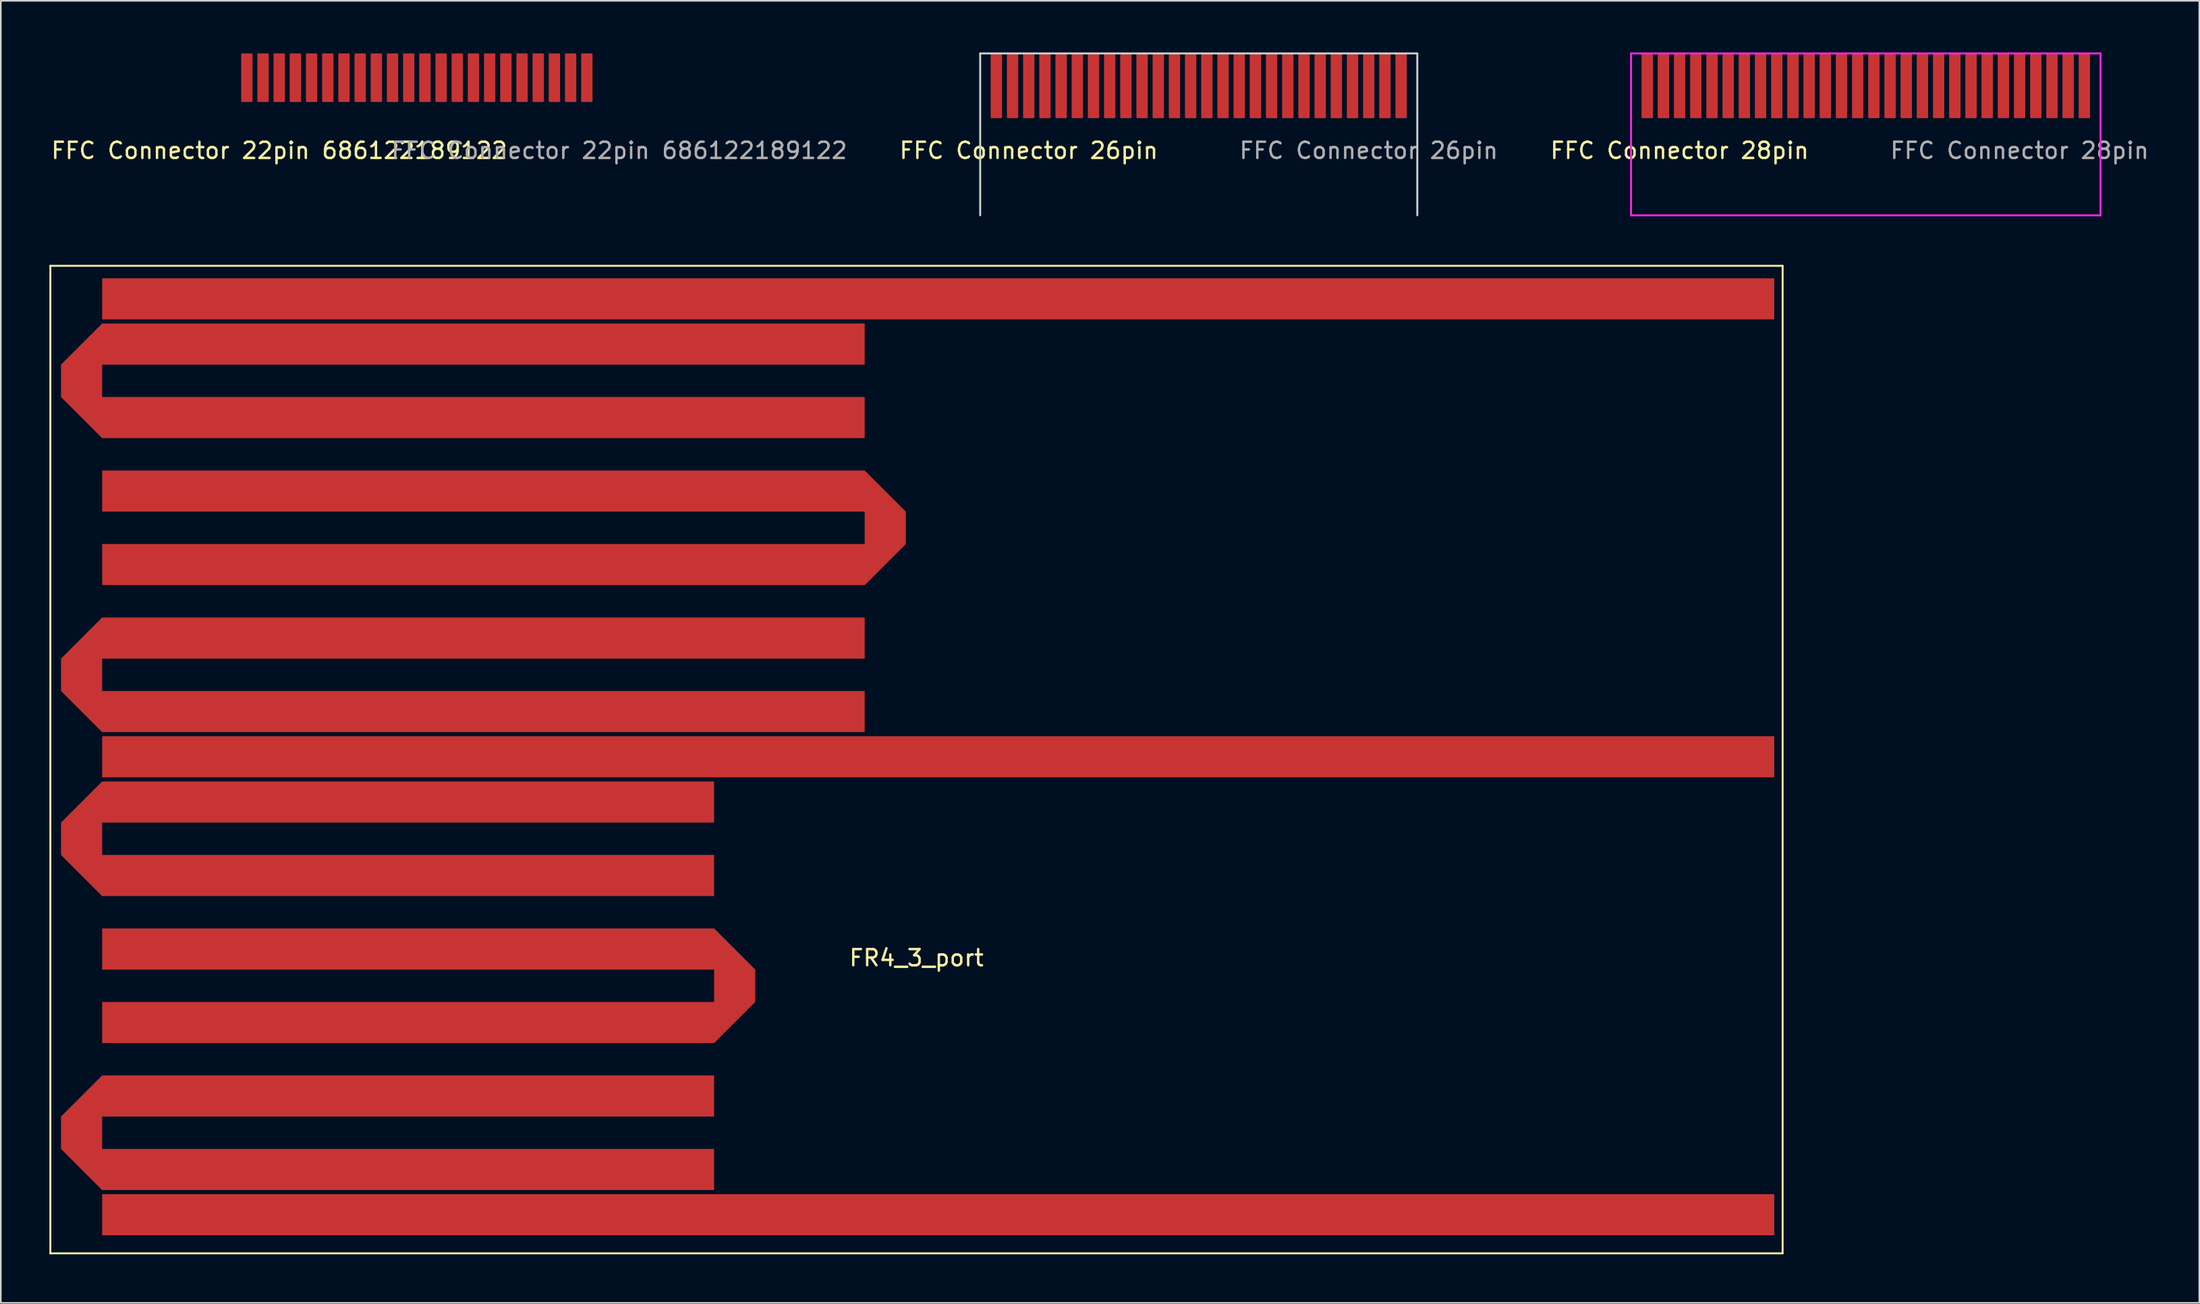
<source format=kicad_pcb>
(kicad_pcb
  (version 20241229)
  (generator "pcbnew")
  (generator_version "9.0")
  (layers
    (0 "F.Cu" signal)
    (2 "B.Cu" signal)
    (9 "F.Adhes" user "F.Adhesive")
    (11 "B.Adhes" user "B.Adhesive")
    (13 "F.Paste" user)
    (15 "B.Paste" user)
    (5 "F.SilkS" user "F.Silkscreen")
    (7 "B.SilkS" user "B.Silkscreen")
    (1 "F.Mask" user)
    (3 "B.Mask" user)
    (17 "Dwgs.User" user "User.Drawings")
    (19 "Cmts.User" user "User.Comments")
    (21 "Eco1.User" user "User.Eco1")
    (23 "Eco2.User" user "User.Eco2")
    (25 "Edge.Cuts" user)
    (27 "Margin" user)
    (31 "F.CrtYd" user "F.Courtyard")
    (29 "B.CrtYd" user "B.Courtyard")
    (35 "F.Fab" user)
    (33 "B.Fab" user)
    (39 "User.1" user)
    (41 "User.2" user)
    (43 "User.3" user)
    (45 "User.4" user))
  (footprint "FR4_3_port"
    (layer "F.Cu")
    (at 53.56 55.62)
    (property "Reference" "FR4_3_port" (at 0 0.5 0) (layer "F.SilkS") (effects (font (size 1 1) (thickness 0.15))))
    (attr through_hole)
    (fp_poly (pts (xy -50.301 15.096) (xy -50.301 17.636) (xy 52.982 17.636) (xy 52.982 15.096)) (stroke (width 0) (type solid)) (fill yes) (layer "F.Cu"))
    (fp_poly (pts (xy -50.301 -41.48) (xy -50.301 -38.94) (xy 52.982 -38.94) (xy 52.982 -41.48)) (stroke (width 0) (type solid)) (fill yes) (layer "F.Cu"))
    (fp_poly (pts (xy -50.301 -13.192) (xy -50.301 -10.652) (xy 52.982 -10.652) (xy 52.982 -13.192)) (stroke (width 0) (type solid)) (fill yes) (layer "F.Cu"))
    (fp_poly (pts (xy -50.301 -5.858) (xy -50.301 -7.858) (xy -12.501 -7.858) (xy -12.501 -10.398) (xy -50.301 -10.398) (xy -52.841 -7.858) (xy -52.841 -5.858) (xy -50.301 -3.318) (xy -12.501 -3.318) (xy -12.501 -5.858)) (stroke (width 0) (type solid)) (fill yes) (layer "F.Cu"))
    (fp_poly (pts (xy -50.301 12.302) (xy -50.301 10.302) (xy -12.501 10.302) (xy -12.501 7.762) (xy -50.301 7.762) (xy -52.841 10.302) (xy -52.841 12.302) (xy -50.301 14.842) (xy -12.501 14.842) (xy -12.501 12.302)) (stroke (width 0) (type solid)) (fill yes) (layer "F.Cu"))
    (fp_poly (pts (xy -50.301 -34.146) (xy -50.301 -36.146) (xy -3.201 -36.146) (xy -3.201 -38.686) (xy -50.301 -38.686) (xy -52.841 -36.146) (xy -52.841 -34.146) (xy -50.301 -31.606) (xy -3.201 -31.606) (xy -3.201 -34.146)) (stroke (width 0) (type solid)) (fill yes) (layer "F.Cu"))
    (fp_poly (pts (xy -50.301 -15.986) (xy -50.301 -17.986) (xy -3.201 -17.986) (xy -3.201 -20.526) (xy -50.301 -20.526) (xy -52.841 -17.986) (xy -52.841 -15.986) (xy -50.301 -13.446) (xy -3.201 -13.446) (xy -3.201 -15.986)) (stroke (width 0) (type solid)) (fill yes) (layer "F.Cu"))
    (fp_poly (pts (xy -12.501 -1.318) (xy -50.301 -1.318) (xy -50.301 1.222) (xy -12.501 1.222) (xy -12.501 3.222) (xy -50.301 3.222) (xy -50.301 5.762) (xy -12.501 5.762) (xy -9.961 3.222) (xy -9.961 1.222)) (stroke (width 0) (type solid)) (fill yes) (layer "F.Cu"))
    (fp_poly (pts (xy -3.201 -29.606) (xy -50.301 -29.606) (xy -50.301 -27.066) (xy -3.201 -27.066) (xy -3.201 -25.066) (xy -50.301 -25.066) (xy -50.301 -22.526) (xy -3.201 -22.526) (xy -0.661 -25.066) (xy -0.661 -27.066)) (stroke (width 0) (type solid)) (fill yes) (layer "F.Cu"))
    (fp_line (start -53.5 -42.25) (end 53.5 -42.25) (stroke (width 0.12) (type solid)) (layer "F.SilkS"))
    (fp_line (start -53.5 18.75) (end -53.5 -42.25) (stroke (width 0.12) (type solid)) (layer "F.SilkS"))
    (fp_line (start 53.5 -42.25) (end 53.5 18.75) (stroke (width 0.12) (type solid)) (layer "F.SilkS"))
    (fp_line (start 53.5 18.75) (end -53.5 18.75) (stroke (width 0.12) (type solid)) (layer "F.SilkS"))
    (pad "1" smd rect (at 51.75 -12 90) (size 1.524 1.524) (layers "F.Cu" "F.Mask" "F.Paste"))
    (pad "2" smd rect (at 51.75 -40.25 90) (size 1.524 1.524) (layers "F.Cu" "F.Mask" "F.Paste"))
    (pad "3" smd rect (at 52 16.5 90) (size 1.524 1.524) (layers "F.Cu" "F.Mask" "F.Paste")))
  (footprint "FFC Connector 26pin"
    (layer "F.Cu")
    (at 57.494 0.25)
    (property "Reference" "FFC Connector 26pin" (at 3 6 0) (unlocked yes) (layer "F.SilkS") (effects (font (size 1 1) (thickness 0.15))))
    (attr smd)
    (fp_line (start 0 0) (end 0 10) (stroke (width 0.12) (type solid)) (layer "Edge.Cuts"))
    (fp_line (start 0 0) (end 27 0) (stroke (width 0.12) (type solid)) (layer "Edge.Cuts"))
    (fp_line (start 27 0) (end 27 10) (stroke (width 0.12) (type solid)) (layer "Edge.Cuts"))
    (fp_rect (start 0 0) (end 27 7) (stroke (width 0.12) (type solid)) (fill no) (layer "User.2"))
    (fp_text user "${REFERENCE}" (at 24 6 0) (unlocked yes) (layer "F.Fab") (effects (font (size 1 1) (thickness 0.15))))
    (fp_text user "Stiffener" (at 13 6 0) (unlocked yes) (layer "User.2") (effects (font (size 1 1) (thickness 0.15))))
    (pad "1" smd roundrect (at 1 2) (size 0.7 4) (layers "F.Cu" "F.Mask") (roundrect_rratio 0.071))
    (pad "2" smd roundrect (at 2 2) (size 0.7 4) (layers "F.Cu" "F.Mask") (roundrect_rratio 0.071))
    (pad "3" smd roundrect (at 3 2) (size 0.7 4) (layers "F.Cu" "F.Mask") (roundrect_rratio 0.071))
    (pad "4" smd roundrect (at 4 2) (size 0.7 4) (layers "F.Cu" "F.Mask") (roundrect_rratio 0.071))
    (pad "5" smd roundrect (at 5 2) (size 0.7 4) (layers "F.Cu" "F.Mask") (roundrect_rratio 0.071))
    (pad "6" smd roundrect (at 6 2) (size 0.7 4) (layers "F.Cu" "F.Mask") (roundrect_rratio 0.071))
    (pad "7" smd roundrect (at 7 2) (size 0.7 4) (layers "F.Cu" "F.Mask") (roundrect_rratio 0.071))
    (pad "8" smd roundrect (at 8 2) (size 0.7 4) (layers "F.Cu" "F.Mask") (roundrect_rratio 0.071))
    (pad "9" smd roundrect (at 9 2) (size 0.7 4) (layers "F.Cu" "F.Mask") (roundrect_rratio 0.071))
    (pad "10" smd roundrect (at 10 2) (size 0.7 4) (layers "F.Cu" "F.Mask") (roundrect_rratio 0.071))
    (pad "11" smd roundrect (at 11 2) (size 0.7 4) (layers "F.Cu" "F.Mask") (roundrect_rratio 0.071))
    (pad "12" smd roundrect (at 12 2) (size 0.7 4) (layers "F.Cu" "F.Mask") (roundrect_rratio 0.071))
    (pad "13" smd roundrect (at 13 2) (size 0.7 4) (layers "F.Cu" "F.Mask") (roundrect_rratio 0.071))
    (pad "14" smd roundrect (at 14 2) (size 0.7 4) (layers "F.Cu" "F.Mask") (roundrect_rratio 0.071))
    (pad "15" smd roundrect (at 15 2) (size 0.7 4) (layers "F.Cu" "F.Mask") (roundrect_rratio 0.071))
    (pad "16" smd roundrect (at 16 2) (size 0.7 4) (layers "F.Cu" "F.Mask") (roundrect_rratio 0.071))
    (pad "17" smd roundrect (at 17 2) (size 0.7 4) (layers "F.Cu" "F.Mask") (roundrect_rratio 0.071))
    (pad "18" smd roundrect (at 18 2) (size 0.7 4) (layers "F.Cu" "F.Mask") (roundrect_rratio 0.071))
    (pad "19" smd roundrect (at 19 2) (size 0.7 4) (layers "F.Cu" "F.Mask") (roundrect_rratio 0.071))
    (pad "20" smd roundrect (at 20 2) (size 0.7 4) (layers "F.Cu" "F.Mask") (roundrect_rratio 0.071))
    (pad "21" smd roundrect (at 21 2) (size 0.7 4) (layers "F.Cu" "F.Mask") (roundrect_rratio 0.071))
    (pad "22" smd roundrect (at 22 2) (size 0.7 4) (layers "F.Cu" "F.Mask") (roundrect_rratio 0.071))
    (pad "23" smd roundrect (at 23 2) (size 0.7 4) (layers "F.Cu" "F.Mask") (roundrect_rratio 0.071))
    (pad "24" smd roundrect (at 24 2) (size 0.7 4) (layers "F.Cu" "F.Mask") (roundrect_rratio 0.071))
    (pad "25" smd roundrect (at 25 2) (size 0.7 4) (layers "F.Cu" "F.Mask") (roundrect_rratio 0.071))
    (pad "26" smd roundrect (at 26 2) (size 0.7 4) (layers "F.Cu" "F.Mask") (roundrect_rratio 0.071)))
  (footprint "FFC Connector 28pin"
    (layer "F.Cu")
    (at 97.696 0.25)
    (property "Reference" "FFC Connector 28pin" (at 3 6 0) (unlocked yes) (layer "F.SilkS") (effects (font (size 1 1) (thickness 0.15))))
    (attr smd)
    (fp_line (start 0 0) (end 0 10) (stroke (width 0.12) (type solid)) (layer "F.CrtYd"))
    (fp_line (start 0 0) (end 29 0) (stroke (width 0.12) (type solid)) (layer "F.CrtYd"))
    (fp_line (start 0 10) (end 29 10) (stroke (width 0.12) (type solid)) (layer "F.CrtYd"))
    (fp_line (start 29 0) (end 29 10) (stroke (width 0.12) (type solid)) (layer "F.CrtYd"))
    (fp_rect (start 0 0) (end 29 7) (stroke (width 0.12) (type solid)) (fill no) (layer "User.2"))
    (fp_text user "${REFERENCE}" (at 24 6 0) (unlocked yes) (layer "F.Fab") (effects (font (size 1 1) (thickness 0.15))))
    (fp_text user "Stiffener" (at 13 6 0) (unlocked yes) (layer "User.2") (effects (font (size 1 1) (thickness 0.15))))
    (pad "1" smd roundrect (at 1 2) (size 0.7 4) (layers "F.Cu" "F.Mask") (roundrect_rratio 0.071))
    (pad "2" smd roundrect (at 2 2) (size 0.7 4) (layers "F.Cu" "F.Mask") (roundrect_rratio 0.071))
    (pad "3" smd roundrect (at 3 2) (size 0.7 4) (layers "F.Cu" "F.Mask") (roundrect_rratio 0.071))
    (pad "4" smd roundrect (at 4 2) (size 0.7 4) (layers "F.Cu" "F.Mask") (roundrect_rratio 0.071))
    (pad "5" smd roundrect (at 5 2) (size 0.7 4) (layers "F.Cu" "F.Mask") (roundrect_rratio 0.071))
    (pad "6" smd roundrect (at 6 2) (size 0.7 4) (layers "F.Cu" "F.Mask") (roundrect_rratio 0.071))
    (pad "7" smd roundrect (at 7 2) (size 0.7 4) (layers "F.Cu" "F.Mask") (roundrect_rratio 0.071))
    (pad "8" smd roundrect (at 8 2) (size 0.7 4) (layers "F.Cu" "F.Mask") (roundrect_rratio 0.071))
    (pad "9" smd roundrect (at 9 2) (size 0.7 4) (layers "F.Cu" "F.Mask") (roundrect_rratio 0.071))
    (pad "10" smd roundrect (at 10 2) (size 0.7 4) (layers "F.Cu" "F.Mask") (roundrect_rratio 0.071))
    (pad "11" smd roundrect (at 11 2) (size 0.7 4) (layers "F.Cu" "F.Mask") (roundrect_rratio 0.071))
    (pad "12" smd roundrect (at 12 2) (size 0.7 4) (layers "F.Cu" "F.Mask") (roundrect_rratio 0.071))
    (pad "13" smd roundrect (at 13 2) (size 0.7 4) (layers "F.Cu" "F.Mask") (roundrect_rratio 0.071))
    (pad "14" smd roundrect (at 14 2) (size 0.7 4) (layers "F.Cu" "F.Mask") (roundrect_rratio 0.071))
    (pad "15" smd roundrect (at 15 2) (size 0.7 4) (layers "F.Cu" "F.Mask") (roundrect_rratio 0.071))
    (pad "16" smd roundrect (at 16 2) (size 0.7 4) (layers "F.Cu" "F.Mask") (roundrect_rratio 0.071))
    (pad "17" smd roundrect (at 17 2) (size 0.7 4) (layers "F.Cu" "F.Mask") (roundrect_rratio 0.071))
    (pad "18" smd roundrect (at 18 2) (size 0.7 4) (layers "F.Cu" "F.Mask") (roundrect_rratio 0.071))
    (pad "19" smd roundrect (at 19 2) (size 0.7 4) (layers "F.Cu" "F.Mask") (roundrect_rratio 0.071))
    (pad "20" smd roundrect (at 20 2) (size 0.7 4) (layers "F.Cu" "F.Mask") (roundrect_rratio 0.071))
    (pad "21" smd roundrect (at 21 2) (size 0.7 4) (layers "F.Cu" "F.Mask") (roundrect_rratio 0.071))
    (pad "22" smd roundrect (at 22 2) (size 0.7 4) (layers "F.Cu" "F.Mask") (roundrect_rratio 0.071))
    (pad "23" smd roundrect (at 23 2) (size 0.7 4) (layers "F.Cu" "F.Mask") (roundrect_rratio 0.071))
    (pad "24" smd roundrect (at 24 2) (size 0.7 4) (layers "F.Cu" "F.Mask") (roundrect_rratio 0.071))
    (pad "25" smd roundrect (at 25 2) (size 0.7 4) (layers "F.Cu" "F.Mask") (roundrect_rratio 0.071))
    (pad "26" smd roundrect (at 26 2) (size 0.7 4) (layers "F.Cu" "F.Mask") (roundrect_rratio 0.071))
    (pad "27" smd roundrect (at 27 2) (size 0.7 4) (layers "F.Cu" "F.Mask") (roundrect_rratio 0.071))
    (pad "28" smd roundrect (at 28 2) (size 0.7 4) (layers "F.Cu" "F.Mask") (roundrect_rratio 0.071)))
  (footprint "FFC Connector 22pin 686122189122"
    (layer "F.Cu")
    (at 11.196 0.25)
    (property "Reference" "FFC Connector 22pin 686122189122" (at 3 6 0) (unlocked yes) (layer "F.SilkS") (effects (font (size 1 1) (thickness 0.15))))
    (attr smd)
    (fp_line (start 0 0) (end 0 10) (stroke (width 0.12) (type solid)) (layer "User.1"))
    (fp_line (start 0 0) (end 23 0) (stroke (width 0.12) (type solid)) (layer "User.1"))
    (fp_line (start 23 0) (end 23 10) (stroke (width 0.12) (type solid)) (layer "User.1"))
    (fp_rect (start 0 0) (end 23 5) (stroke (width 0.12) (type solid)) (fill no) (layer "User.2"))
    (fp_text user "${REFERENCE}" (at 24 6 0) (unlocked yes) (layer "F.Fab") (effects (font (size 1 1) (thickness 0.15))))
    (fp_text user "Stiffener" (at 11.5 4.2 0) (unlocked yes) (layer "User.2") (effects (font (size 1 1) (thickness 0.15))))
    (pad "1" connect roundrect (at 1 1.5) (size 0.7 3) (layers "F.Cu" "F.Mask") (roundrect_rratio 0.071))
    (pad "2" connect roundrect (at 2 1.5) (size 0.7 3) (layers "F.Cu" "F.Mask") (roundrect_rratio 0.071))
    (pad "3" connect roundrect (at 3 1.5) (size 0.7 3) (layers "F.Cu" "F.Mask") (roundrect_rratio 0.071))
    (pad "4" connect roundrect (at 4 1.5) (size 0.7 3) (layers "F.Cu" "F.Mask") (roundrect_rratio 0.071))
    (pad "5" connect roundrect (at 5 1.5) (size 0.7 3) (layers "F.Cu" "F.Mask") (roundrect_rratio 0.071))
    (pad "6" connect roundrect (at 6 1.5) (size 0.7 3) (layers "F.Cu" "F.Mask") (roundrect_rratio 0.071))
    (pad "7" connect roundrect (at 7 1.5) (size 0.7 3) (layers "F.Cu" "F.Mask") (roundrect_rratio 0.071))
    (pad "8" connect roundrect (at 8 1.5) (size 0.7 3) (layers "F.Cu" "F.Mask") (roundrect_rratio 0.071))
    (pad "9" connect roundrect (at 9 1.5) (size 0.7 3) (layers "F.Cu" "F.Mask") (roundrect_rratio 0.071))
    (pad "10" connect roundrect (at 10 1.5) (size 0.7 3) (layers "F.Cu" "F.Mask") (roundrect_rratio 0.071))
    (pad "11" connect roundrect (at 11 1.5) (size 0.7 3) (layers "F.Cu" "F.Mask") (roundrect_rratio 0.071))
    (pad "12" connect roundrect (at 12 1.5) (size 0.7 3) (layers "F.Cu" "F.Mask") (roundrect_rratio 0.071))
    (pad "13" connect roundrect (at 13 1.5) (size 0.7 3) (layers "F.Cu" "F.Mask") (roundrect_rratio 0.071))
    (pad "14" connect roundrect (at 14 1.5) (size 0.7 3) (layers "F.Cu" "F.Mask") (roundrect_rratio 0.071))
    (pad "15" connect roundrect (at 15 1.5) (size 0.7 3) (layers "F.Cu" "F.Mask") (roundrect_rratio 0.071))
    (pad "16" connect roundrect (at 16 1.5) (size 0.7 3) (layers "F.Cu" "F.Mask") (roundrect_rratio 0.071))
    (pad "17" connect roundrect (at 17 1.5) (size 0.7 3) (layers "F.Cu" "F.Mask") (roundrect_rratio 0.071))
    (pad "18" connect roundrect (at 18 1.5) (size 0.7 3) (layers "F.Cu" "F.Mask") (roundrect_rratio 0.071))
    (pad "19" connect roundrect (at 19 1.5) (size 0.7 3) (layers "F.Cu" "F.Mask") (roundrect_rratio 0.071))
    (pad "20" connect roundrect (at 20 1.5) (size 0.7 3) (layers "F.Cu" "F.Mask") (roundrect_rratio 0.071))
    (pad "21" connect roundrect (at 21 1.5) (size 0.7 3) (layers "F.Cu" "F.Mask") (roundrect_rratio 0.071))
    (pad "22" connect roundrect (at 22 1.5) (size 0.7 3) (layers "F.Cu" "F.Mask") (roundrect_rratio 0.071)))
  (gr_rect
    (start -3 -3)
    (end 132.798 77.43)
    (stroke (width 0.1) (type default))
    (fill no)
    (layer "Edge.Cuts")))
</source>
